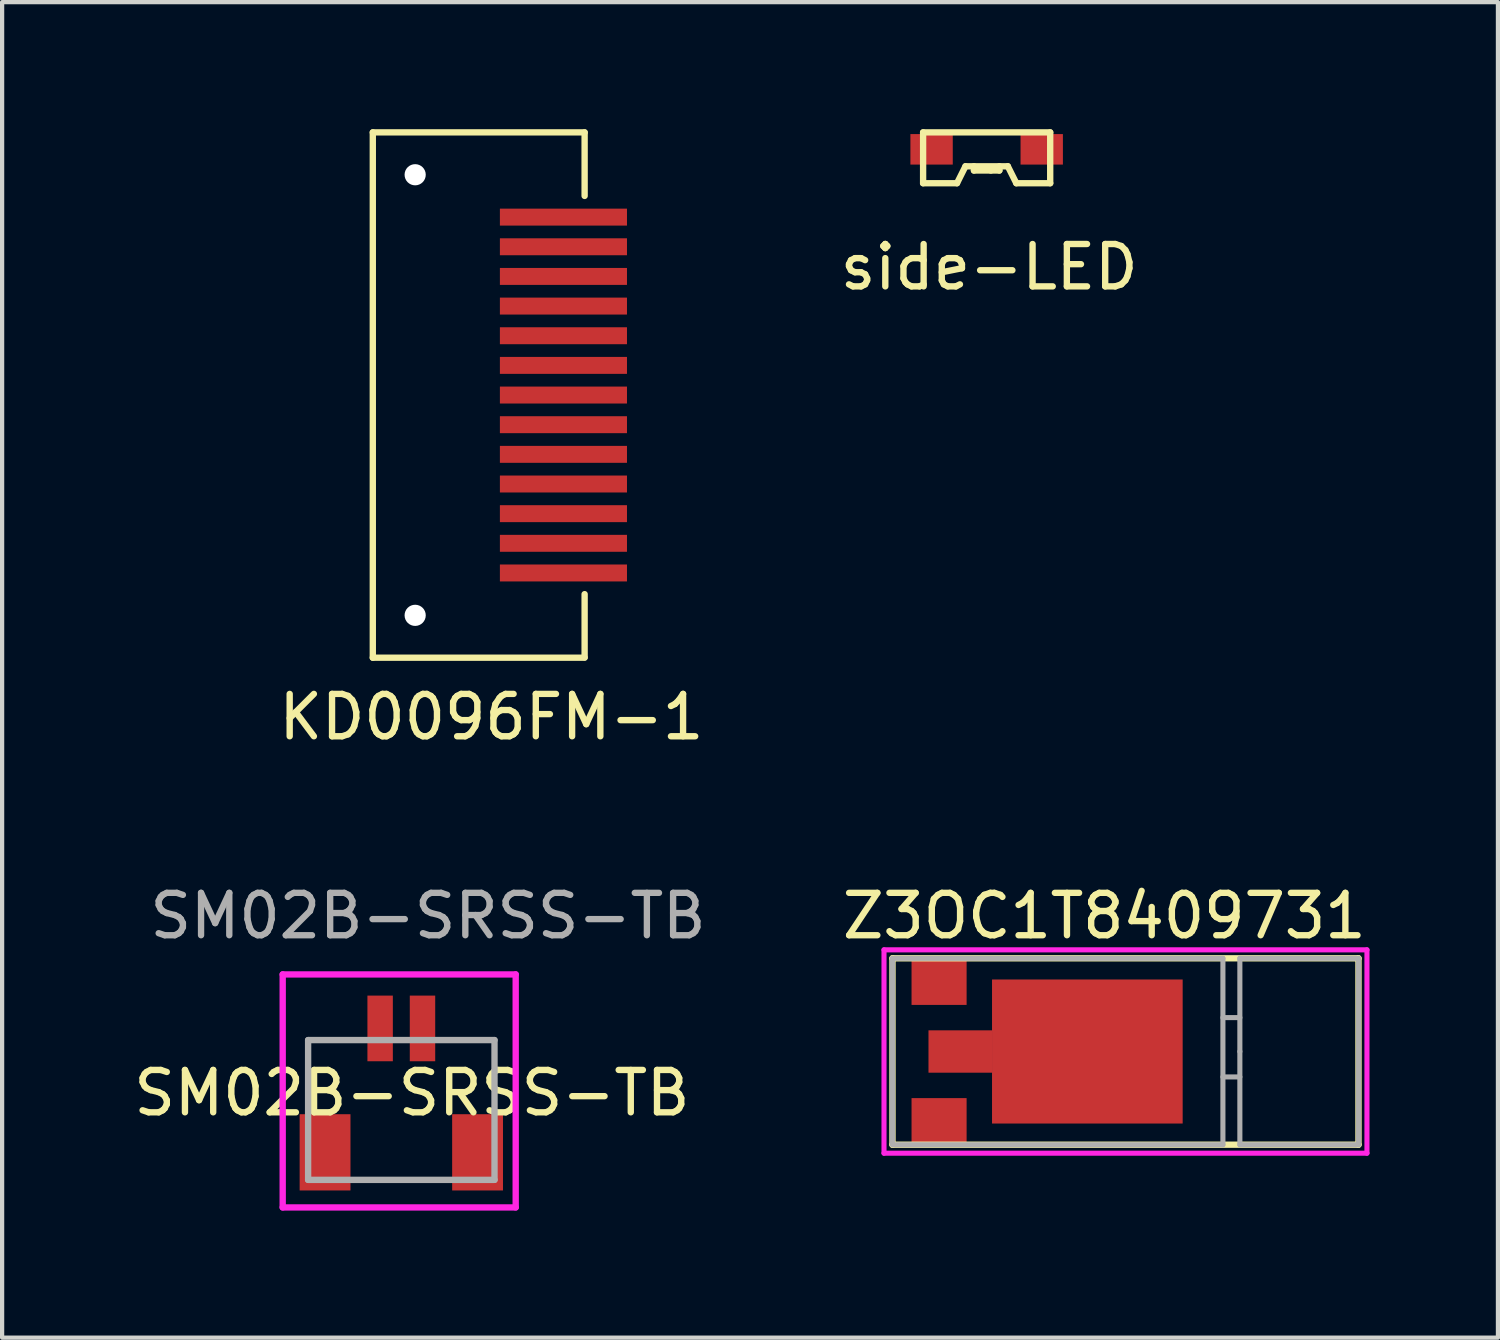
<source format=kicad_pcb>
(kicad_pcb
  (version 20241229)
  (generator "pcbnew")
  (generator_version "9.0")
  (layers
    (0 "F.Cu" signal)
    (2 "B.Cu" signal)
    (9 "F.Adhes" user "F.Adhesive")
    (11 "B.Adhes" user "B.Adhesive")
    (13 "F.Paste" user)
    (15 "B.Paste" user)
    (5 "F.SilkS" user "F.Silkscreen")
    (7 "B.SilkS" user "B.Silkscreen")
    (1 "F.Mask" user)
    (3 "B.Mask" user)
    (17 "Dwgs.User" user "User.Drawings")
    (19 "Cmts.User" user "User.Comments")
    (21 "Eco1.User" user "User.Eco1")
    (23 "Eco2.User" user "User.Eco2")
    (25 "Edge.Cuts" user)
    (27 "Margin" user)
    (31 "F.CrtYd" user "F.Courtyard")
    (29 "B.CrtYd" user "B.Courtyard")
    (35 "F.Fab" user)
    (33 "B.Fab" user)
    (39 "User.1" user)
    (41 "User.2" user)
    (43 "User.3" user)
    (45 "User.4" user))
  (footprint "KD0096FM-1"
    (layer "F.Cu")
    (at 0.25 7.075)
    (property "Reference" "KD0096FM-1" (at 8.3 6.8 0) (layer "F.SilkS") (effects (font (size 1 1) (thickness 0.15))))
    (attr through_hole)
    (fp_line (start 5.5 5.4) (end 5.5 -7) (stroke (width 0.15) (type solid)) (layer "F.SilkS"))
    (fp_line (start 5.5 5.4) (end 10.5 5.4) (stroke (width 0.15) (type solid)) (layer "F.SilkS"))
    (fp_line (start 10.5 -7) (end 5.5 -7) (stroke (width 0.15) (type solid)) (layer "F.SilkS"))
    (fp_line (start 10.5 -7) (end 10.5 -5.5) (stroke (width 0.15) (type solid)) (layer "F.SilkS"))
    (fp_line (start 10.5 5.39) (end 10.5 3.9) (stroke (width 0.15) (type solid)) (layer "F.SilkS"))
    (fp_circle (center 6.5 -6) (end 6.6 -6) (stroke (width 0.15) (type solid)) (fill no) (layer "F.Fab"))
    (fp_circle (center 6.5 4.4) (end 6.6 4.4) (stroke (width 0.15) (type solid)) (fill no) (layer "F.Fab"))
    (pad "" np_thru_hole circle (at 6.5 -6) (size 0.5 0.5) (drill 0.5) (layers "*.Cu" "*.Mask"))
    (pad "" np_thru_hole circle (at 6.5 4.4) (size 0.5 0.5) (drill 0.5) (layers "*.Cu" "*.Mask"))
    (pad "1" smd rect (at 10 3.4) (size 3 0.4) (layers "F.Cu" "F.Mask" "F.Paste"))
    (pad "2" smd rect (at 10 2.7) (size 3 0.4) (layers "F.Cu" "F.Mask" "F.Paste"))
    (pad "3" smd rect (at 10 2) (size 3 0.4) (layers "F.Cu" "F.Mask" "F.Paste"))
    (pad "4" smd rect (at 10 1.3) (size 3 0.4) (layers "F.Cu" "F.Mask" "F.Paste"))
    (pad "5" smd rect (at 10 0.6) (size 3 0.4) (layers "F.Cu" "F.Mask" "F.Paste"))
    (pad "6" smd rect (at 10 -0.1) (size 3 0.4) (layers "F.Cu" "F.Mask" "F.Paste"))
    (pad "7" smd rect (at 10 -0.8) (size 3 0.4) (layers "F.Cu" "F.Mask" "F.Paste"))
    (pad "8" smd rect (at 10 -1.5) (size 3 0.4) (layers "F.Cu" "F.Mask" "F.Paste"))
    (pad "9" smd rect (at 10 -2.2) (size 3 0.4) (layers "F.Cu" "F.Mask" "F.Paste"))
    (pad "10" smd rect (at 10 -2.9) (size 3 0.4) (layers "F.Cu" "F.Mask" "F.Paste"))
    (pad "11" smd rect (at 10 -3.6) (size 3 0.4) (layers "F.Cu" "F.Mask" "F.Paste"))
    (pad "12" smd rect (at 10 -4.3) (size 3 0.4) (layers "F.Cu" "F.Mask" "F.Paste"))
    (pad "13" smd rect (at 10 -5) (size 3 0.4) (layers "F.Cu" "F.Mask" "F.Paste")))
  (footprint "Z3OC1T8409731"
    (layer "F.Cu")
    (at 18.017 21.771)
    (property "Reference" "Z3OC1T8409731" (at 5 -3.2 0) (layer "F.SilkS") (effects (font (size 1 1) (thickness 0.15))))
    (attr through_hole)
    (fp_line (start 0 -2.2) (end 11 -2.2) (stroke (width 0.15) (type solid)) (layer "F.SilkS"))
    (fp_line (start 0 2.2) (end 0 -2.2) (stroke (width 0.15) (type solid)) (layer "F.SilkS"))
    (fp_line (start 11 -2.2) (end 11 2.2) (stroke (width 0.15) (type solid)) (layer "F.SilkS"))
    (fp_line (start 11 2.2) (end 0 2.2) (stroke (width 0.15) (type solid)) (layer "F.SilkS"))
    (fp_line (start -0.2 -2.4) (end -0.2 2.4) (stroke (width 0.12) (type solid)) (layer "F.CrtYd"))
    (fp_line (start -0.2 2.4) (end 11.2 2.4) (stroke (width 0.12) (type solid)) (layer "F.CrtYd"))
    (fp_line (start 11.2 -2.4) (end -0.2 -2.4) (stroke (width 0.12) (type solid)) (layer "F.CrtYd"))
    (fp_line (start 11.2 2.4) (end 11.2 -2.4) (stroke (width 0.12) (type solid)) (layer "F.CrtYd"))
    (fp_line (start 0 -2.2) (end 7.8 -2.2) (stroke (width 0.12) (type solid)) (layer "F.Fab"))
    (fp_line (start 0 2.2) (end 0 -2.2) (stroke (width 0.12) (type solid)) (layer "F.Fab"))
    (fp_line (start 7.8 -2.2) (end 7.8 2.2) (stroke (width 0.12) (type solid)) (layer "F.Fab"))
    (fp_line (start 7.8 -0.8) (end 8.2 -0.8) (stroke (width 0.12) (type solid)) (layer "F.Fab"))
    (fp_line (start 7.8 2.2) (end 0 2.2) (stroke (width 0.12) (type solid)) (layer "F.Fab"))
    (fp_line (start 8.2 -2.2) (end 11 -2.2) (stroke (width 0.12) (type solid)) (layer "F.Fab"))
    (fp_line (start 8.2 0) (end 8.2 -2.2) (stroke (width 0.12) (type solid)) (layer "F.Fab"))
    (fp_line (start 8.2 0.6) (end 7.8 0.6) (stroke (width 0.12) (type solid)) (layer "F.Fab"))
    (fp_line (start 8.2 2.2) (end 8.2 0) (stroke (width 0.12) (type solid)) (layer "F.Fab"))
    (fp_line (start 11 -2.2) (end 11 2.2) (stroke (width 0.12) (type solid)) (layer "F.Fab"))
    (fp_line (start 11 2.2) (end 8.2 2.2) (stroke (width 0.12) (type solid)) (layer "F.Fab"))
    (pad "1" smd rect (at 1.1 -1.65) (size 1.3 1.1) (layers "F.Cu" "F.Mask" "F.Paste"))
    (pad "2" smd rect (at 1.1 1.65) (size 1.3 1.1) (layers "F.Cu" "F.Mask" "F.Paste"))
    (pad "3" smd rect (at 1.6 0) (size 1.5 1) (layers "F.Cu" "F.Mask" "F.Paste"))
    (pad "3" smd rect (at 4.6 0) (size 4.5 3.4) (layers "F.Cu" "F.Mask" "F.Paste")))
  (footprint "SM02B-SRSS-TB"
    (layer "F.Cu")
    (at 6.323 23.401)
    (property "Reference" "SM02B-SRSS-TB" (at 0.35 -0.65 0) (layer "F.SilkS") (effects (font (size 1 1) (thickness 0.15))))
    (attr through_hole)
    (fp_line (start -2.7 -3.45) (end 2.8 -3.45) (stroke (width 0.15) (type solid)) (layer "F.CrtYd"))
    (fp_line (start -2.7 2.05) (end -2.7 -3.45) (stroke (width 0.15) (type solid)) (layer "F.CrtYd"))
    (fp_line (start 2.8 -3.45) (end 2.8 2.05) (stroke (width 0.15) (type solid)) (layer "F.CrtYd"))
    (fp_line (start 2.8 2.05) (end -2.7 2.05) (stroke (width 0.15) (type solid)) (layer "F.CrtYd"))
    (fp_line (start -2.1 -1.9) (end -2.1 1.4) (stroke (width 0.15) (type solid)) (layer "F.Fab"))
    (fp_line (start -2.1 1.4) (end 2.3 1.4) (stroke (width 0.15) (type solid)) (layer "F.Fab"))
    (fp_line (start 2.3 -1.9) (end -2.1 -1.9) (stroke (width 0.15) (type solid)) (layer "F.Fab"))
    (fp_line (start 2.3 1.4) (end 2.3 -1.9) (stroke (width 0.15) (type solid)) (layer "F.Fab"))
    (fp_text user "${REFERENCE}" (at 0.73 -4.83 0) (layer "F.Fab") (effects (font (size 1 1) (thickness 0.15))))
    (pad "1" smd rect (at -0.4 -2.175) (size 0.6 1.55) (layers "F.Cu" "F.Mask" "F.Paste"))
    (pad "2" smd rect (at 0.6 -2.175) (size 0.6 1.55) (layers "F.Cu" "F.Mask" "F.Paste"))
    (pad "Shld" smd rect (at -1.7 0.75) (size 1.2 1.8) (layers "F.Cu" "F.Mask" "F.Paste"))
    (pad "Shld" smd rect (at 1.9 0.75) (size 1.2 1.8) (layers "F.Cu" "F.Mask" "F.Paste")))
  (footprint "side-LED"
    (layer "F.Cu")
    (at 20.24 0.475)
    (property "Reference" "side-LED" (at 0.06 2.78 0) (layer "F.SilkS") (effects (font (size 1 1) (thickness 0.15))))
    (attr through_hole)
    (fp_line (start -1.5 -0.4) (end 1.5 -0.4) (stroke (width 0.15) (type solid)) (layer "F.SilkS"))
    (fp_line (start -1.5 0.8) (end -1.5 -0.4) (stroke (width 0.15) (type solid)) (layer "F.SilkS"))
    (fp_line (start -1.5 0.8) (end -0.7 0.8) (stroke (width 0.15) (type solid)) (layer "F.SilkS"))
    (fp_line (start -0.7 0.8) (end -0.5 0.4) (stroke (width 0.15) (type solid)) (layer "F.SilkS"))
    (fp_line (start -0.5 0.4) (end 0.5 0.4) (stroke (width 0.15) (type solid)) (layer "F.SilkS"))
    (fp_line (start -0.3 0.4) (end -0.3 0.5) (stroke (width 0.15) (type solid)) (layer "F.SilkS"))
    (fp_line (start -0.3 0.5) (end 0.1 0.5) (stroke (width 0.15) (type solid)) (layer "F.SilkS"))
    (fp_line (start 0.1 0.5) (end 0.3 0.5) (stroke (width 0.15) (type solid)) (layer "F.SilkS"))
    (fp_line (start 0.3 0.5) (end 0.3 0.4) (stroke (width 0.15) (type solid)) (layer "F.SilkS"))
    (fp_line (start 0.5 0.4) (end 0.7 0.8) (stroke (width 0.15) (type solid)) (layer "F.SilkS"))
    (fp_line (start 0.7 0.8) (end 1.5 0.8) (stroke (width 0.15) (type solid)) (layer "F.SilkS"))
    (fp_line (start 1.5 -0.4) (end 1.5 0.8) (stroke (width 0.15) (type solid)) (layer "F.SilkS"))
    (pad "1" smd rect (at 1.3 0) (size 1 0.72) (layers "F.Cu" "F.Mask" "F.Paste"))
    (pad "2" smd rect (at -1.3 0) (size 1 0.72) (layers "F.Cu" "F.Mask" "F.Paste")))
  (gr_rect
    (start -3 -3)
    (end 32.309 28.526)
    (stroke (width 0.1) (type default))
    (fill no)
    (layer "Edge.Cuts")))
</source>
